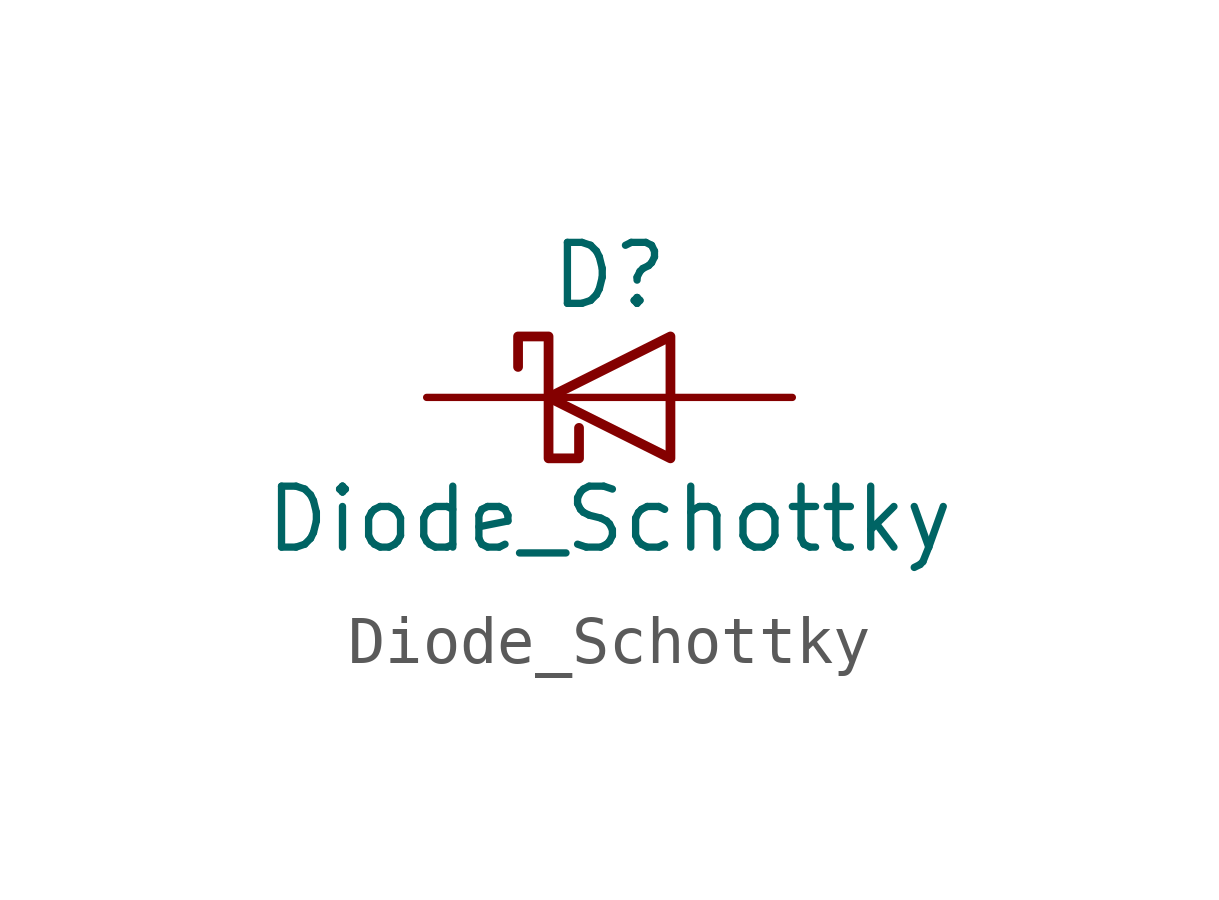
<source format=kicad_sym>
(kicad_symbol_lib
  (version 20220914)
  (generator kicad_symbol_editor)
  (symbol "Diode_Schottky"
    (pin_numbers hide)
    (pin_names hide)
    (property "Reference" "D"
      (at 0 2.54 0)
      (effects (font (size 1.27 1.27))))
    (property "Value" "Diode_Schottky"
      (at 0 -2.54 0)
      (effects (font (size 1.27 1.27))))
    (symbol "Diode_Schottky_0_1"
      (polyline (pts (xy 1.27 0) (xy -1.27 0)) (stroke (width 0) (type default)) (fill (type none)))
      (polyline (pts (xy 1.27 1.27) (xy 1.27 -1.27) (xy -1.27 0) (xy 1.27 1.27)) (stroke (width 0.203) (type default)) (fill (type none)))
      (polyline (pts (xy -1.905 0.635) (xy -1.905 1.27) (xy -1.27 1.27) (xy -1.27 -1.27) (xy -0.635 -1.27) (xy -0.635 -0.635)) (stroke (width 0.203) (type default)) (fill (type none))))
    (symbol "Diode_Schottky_1_1"
      (pin passive line (at -3.81 0 0) (length 2.54) (name "K" (effects (font (size 1.27 1.27)))) (number "1" (effects (font (size 1.27 1.27)))))
      (pin passive line (at 3.81 0 180) (length 2.54) (name "A" (effects (font (size 1.27 1.27)))) (number "2" (effects (font (size 1.27 1.27))))))))
</source>
